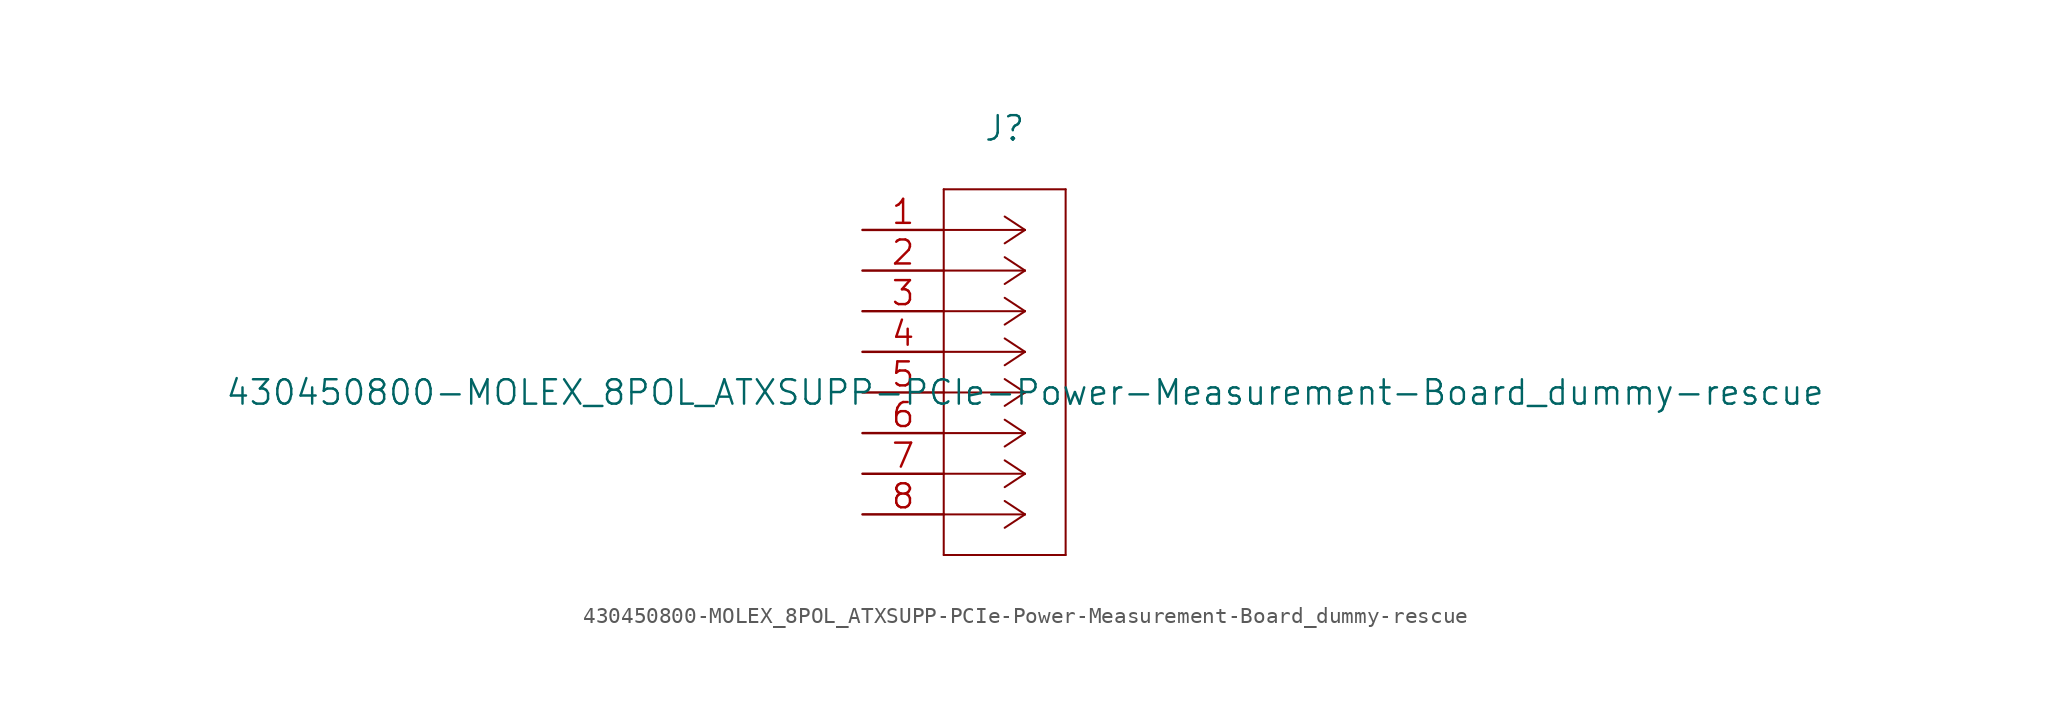
<source format=kicad_sym>
(kicad_symbol_lib
  (version 20220914)
  (generator kicad_symbol_editor)
  (symbol "430450800-MOLEX_8POL_ATXSUPP-PCIe-Power-Measurement-Board_dummy-rescue"
    (pin_names
      (offset 0.254) hide)
    (property "Reference" "J"
      (at 8.89 6.35 0)
      (effects (font (size 1.524 1.524))))
    (property "Value" "430450800-MOLEX_8POL_ATXSUPP-PCIe-Power-Measurement-Board_dummy-rescue"
      (at 10.16 -10.16 0)
      (effects (font (size 1.524 1.524))))
    (property "Datasheet" ""
      (at 0 0 0)
      (effects (font (size 1.524 1.524))))
    (property "ki_locked" ""
      (at 0 0 0)
      (effects (font (size 1.27 1.27))))
    (symbol "430450800-MOLEX_8POL_ATXSUPP-PCIe-Power-Measurement-Board_dummy-rescue_1_1"
      (polyline (pts (xy 5.08 -20.32) (xy 12.7 -20.32)) (stroke (width 0.127) (type solid)) (fill (type none)))
      (polyline (pts (xy 5.08 2.54) (xy 5.08 -20.32)) (stroke (width 0.127) (type solid)) (fill (type none)))
      (polyline (pts (xy 10.16 -17.78) (xy 5.08 -17.78)) (stroke (width 0.127) (type solid)) (fill (type none)))
      (polyline (pts (xy 10.16 -17.78) (xy 8.89 -18.618)) (stroke (width 0.127) (type solid)) (fill (type none)))
      (polyline (pts (xy 10.16 -17.78) (xy 8.89 -16.942)) (stroke (width 0.127) (type solid)) (fill (type none)))
      (polyline (pts (xy 10.16 -15.24) (xy 5.08 -15.24)) (stroke (width 0.127) (type solid)) (fill (type none)))
      (polyline (pts (xy 10.16 -15.24) (xy 8.89 -16.078)) (stroke (width 0.127) (type solid)) (fill (type none)))
      (polyline (pts (xy 10.16 -15.24) (xy 8.89 -14.402)) (stroke (width 0.127) (type solid)) (fill (type none)))
      (polyline (pts (xy 10.16 -12.7) (xy 5.08 -12.7)) (stroke (width 0.127) (type solid)) (fill (type none)))
      (polyline (pts (xy 10.16 -12.7) (xy 8.89 -13.538)) (stroke (width 0.127) (type solid)) (fill (type none)))
      (polyline (pts (xy 10.16 -12.7) (xy 8.89 -11.862)) (stroke (width 0.127) (type solid)) (fill (type none)))
      (polyline (pts (xy 10.16 -10.16) (xy 5.08 -10.16)) (stroke (width 0.127) (type solid)) (fill (type none)))
      (polyline (pts (xy 10.16 -10.16) (xy 8.89 -10.998)) (stroke (width 0.127) (type solid)) (fill (type none)))
      (polyline (pts (xy 10.16 -10.16) (xy 8.89 -9.322)) (stroke (width 0.127) (type solid)) (fill (type none)))
      (polyline (pts (xy 10.16 -7.62) (xy 5.08 -7.62)) (stroke (width 0.127) (type solid)) (fill (type none)))
      (polyline (pts (xy 10.16 -7.62) (xy 8.89 -8.458)) (stroke (width 0.127) (type solid)) (fill (type none)))
      (polyline (pts (xy 10.16 -7.62) (xy 8.89 -6.782)) (stroke (width 0.127) (type solid)) (fill (type none)))
      (polyline (pts (xy 10.16 -5.08) (xy 5.08 -5.08)) (stroke (width 0.127) (type solid)) (fill (type none)))
      (polyline (pts (xy 10.16 -5.08) (xy 8.89 -5.918)) (stroke (width 0.127) (type solid)) (fill (type none)))
      (polyline (pts (xy 10.16 -5.08) (xy 8.89 -4.242)) (stroke (width 0.127) (type solid)) (fill (type none)))
      (polyline (pts (xy 10.16 -2.54) (xy 5.08 -2.54)) (stroke (width 0.127) (type solid)) (fill (type none)))
      (polyline (pts (xy 10.16 -2.54) (xy 8.89 -3.378)) (stroke (width 0.127) (type solid)) (fill (type none)))
      (polyline (pts (xy 10.16 -2.54) (xy 8.89 -1.702)) (stroke (width 0.127) (type solid)) (fill (type none)))
      (polyline (pts (xy 10.16 0) (xy 5.08 0)) (stroke (width 0.127) (type solid)) (fill (type none)))
      (polyline (pts (xy 10.16 0) (xy 8.89 -0.838)) (stroke (width 0.127) (type solid)) (fill (type none)))
      (polyline (pts (xy 10.16 0) (xy 8.89 0.838)) (stroke (width 0.127) (type solid)) (fill (type none)))
      (polyline (pts (xy 12.7 -20.32) (xy 12.7 2.54)) (stroke (width 0.127) (type solid)) (fill (type none)))
      (polyline (pts (xy 12.7 2.54) (xy 5.08 2.54)) (stroke (width 0.127) (type solid)) (fill (type none)))
      (pin unspecified line (at 0 0 0) (length 5.08) (name "1" (effects (font (size 1.499 1.499)))) (number "1" (effects (font (size 1.499 1.499)))))
      (pin unspecified line (at 0 -2.54 0) (length 5.08) (name "2" (effects (font (size 1.499 1.499)))) (number "2" (effects (font (size 1.499 1.499)))))
      (pin unspecified line (at 0 -5.08 0) (length 5.08) (name "3" (effects (font (size 1.499 1.499)))) (number "3" (effects (font (size 1.499 1.499)))))
      (pin unspecified line (at 0 -7.62 0) (length 5.08) (name "4" (effects (font (size 1.499 1.499)))) (number "4" (effects (font (size 1.499 1.499)))))
      (pin unspecified line (at 0 -10.16 0) (length 5.08) (name "5" (effects (font (size 1.499 1.499)))) (number "5" (effects (font (size 1.499 1.499)))))
      (pin unspecified line (at 0 -12.7 0) (length 5.08) (name "6" (effects (font (size 1.499 1.499)))) (number "6" (effects (font (size 1.499 1.499)))))
      (pin unspecified line (at 0 -15.24 0) (length 5.08) (name "7" (effects (font (size 1.499 1.499)))) (number "7" (effects (font (size 1.499 1.499)))))
      (pin unspecified line (at 0 -17.78 0) (length 5.08) (name "8" (effects (font (size 1.499 1.499)))) (number "8" (effects (font (size 1.499 1.499))))))))
</source>
